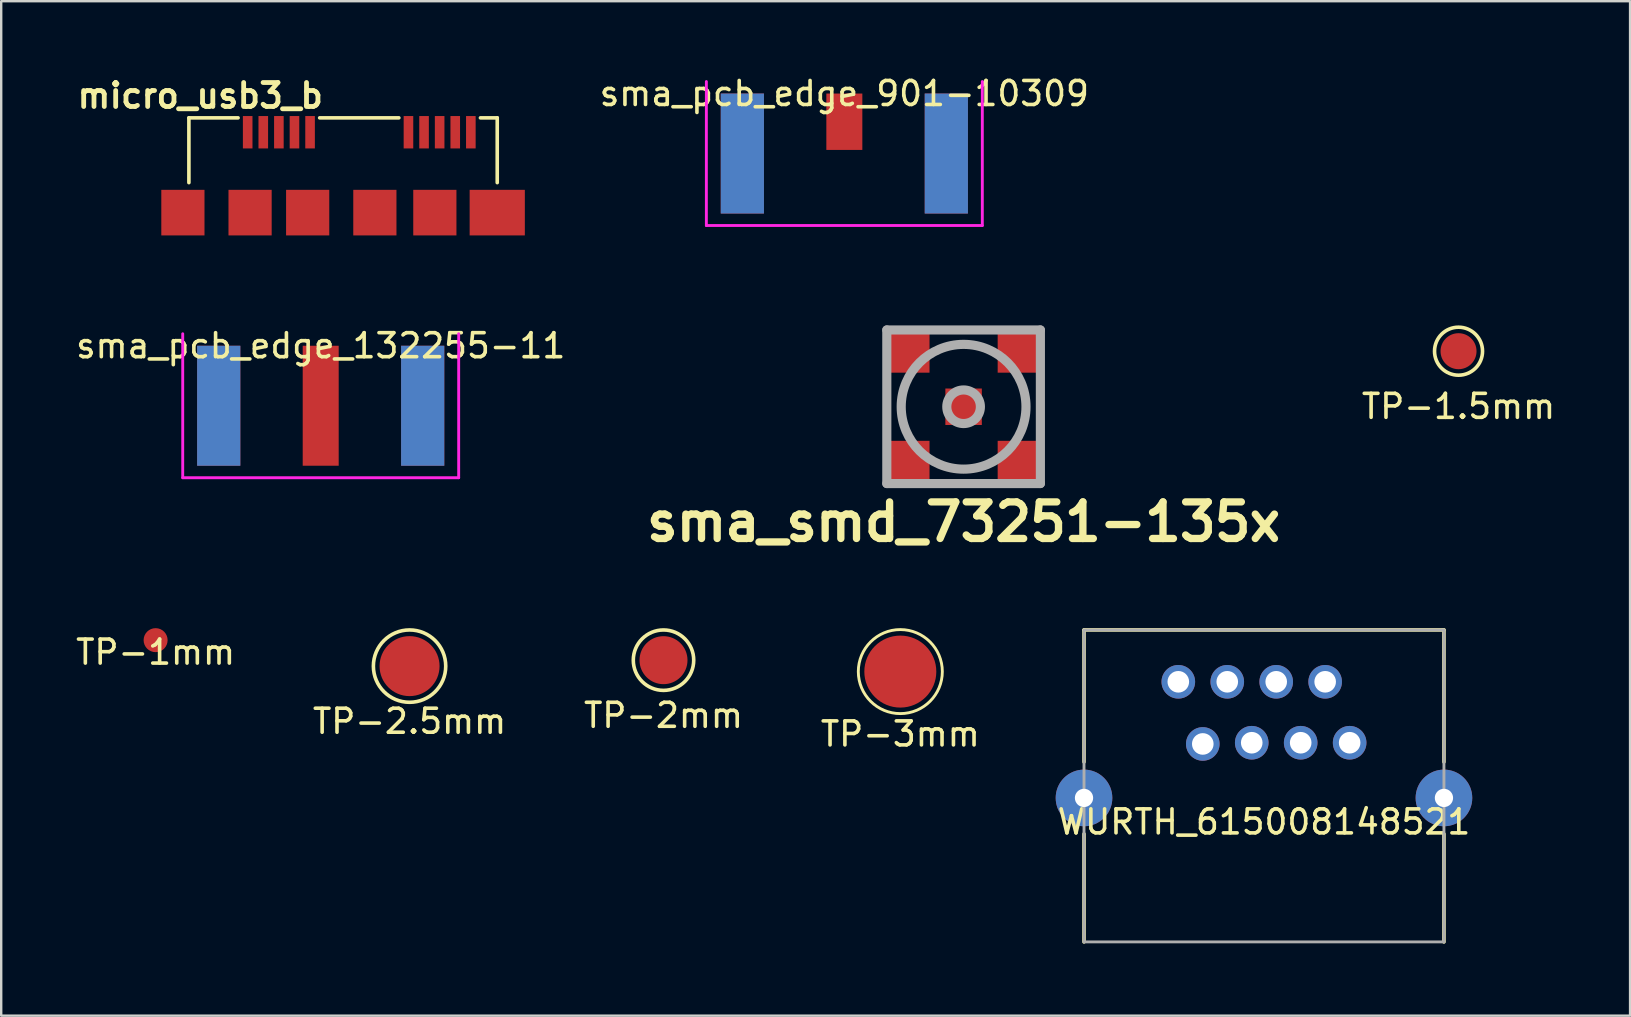
<source format=kicad_pcb>
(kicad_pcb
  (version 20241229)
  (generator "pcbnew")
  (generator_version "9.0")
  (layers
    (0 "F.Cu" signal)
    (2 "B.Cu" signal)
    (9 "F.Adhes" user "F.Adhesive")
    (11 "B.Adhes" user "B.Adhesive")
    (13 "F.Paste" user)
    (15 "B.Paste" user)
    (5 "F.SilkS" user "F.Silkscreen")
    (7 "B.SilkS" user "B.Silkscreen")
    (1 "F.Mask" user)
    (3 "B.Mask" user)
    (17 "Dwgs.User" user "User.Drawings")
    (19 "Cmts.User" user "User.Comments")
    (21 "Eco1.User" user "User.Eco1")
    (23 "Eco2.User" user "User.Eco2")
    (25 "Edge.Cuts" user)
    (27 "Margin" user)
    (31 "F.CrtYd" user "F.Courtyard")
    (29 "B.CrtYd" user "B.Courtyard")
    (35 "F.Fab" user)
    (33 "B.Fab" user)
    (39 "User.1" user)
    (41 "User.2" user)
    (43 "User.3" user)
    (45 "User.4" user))
  (footprint "sma_pcb_edge_132255-11"
    (layer "F.Cu")
    (at 10.315 10.859)
    (property "Reference" "sma_pcb_edge_132255-11" (at 0 0.5 0) (layer "F.SilkS") (effects (font (size 1 1) (thickness 0.15))))
    (attr through_hole)
    (fp_line (start -5.75 0) (end -5.75 6) (stroke (width 0.12) (type solid)) (layer "F.CrtYd"))
    (fp_line (start -5.75 6) (end 5.75 6) (stroke (width 0.12) (type solid)) (layer "F.CrtYd"))
    (fp_line (start 5.75 6) (end 5.75 0) (stroke (width 0.12) (type solid)) (layer "F.CrtYd"))
    (pad "1" smd rect (at 0 3) (size 1.5 5) (layers "F.Cu" "F.Mask" "F.Paste"))
    (pad "2" smd rect (at -4.25 3) (size 1.8 5) (layers "F.Cu" "F.Mask" "F.Paste"))
    (pad "2" smd rect (at -4.25 3) (size 1.8 5) (layers "F.Mask" "B.Cu" "F.Paste"))
    (pad "2" smd rect (at 4.25 3) (size 1.8 5) (layers "F.Cu" "F.Mask" "F.Paste"))
    (pad "2" smd rect (at 4.25 3) (size 1.8 5) (layers "F.Mask" "B.Cu" "F.Paste")))
  (footprint "sma_smd_73251-135x"
    (layer "F.Cu")
    (at 37.107 13.901)
    (property "Reference" "sma_smd_73251-135x" (at 0 4.8 0) (layer "F.SilkS") (effects (font (size 1.524 1.524) (thickness 0.305))))
    (attr through_hole)
    (fp_line (start -3.2 -3.2) (end -3.2 3.2) (stroke (width 0.381) (type solid)) (layer "F.Fab"))
    (fp_line (start -3.2 -3.2) (end 3.2 -3.2) (stroke (width 0.381) (type solid)) (layer "F.Fab"))
    (fp_line (start 3.2 -3.2) (end 3.2 3.2) (stroke (width 0.381) (type solid)) (layer "F.Fab"))
    (fp_line (start 3.2 3.2) (end -3.2 3.2) (stroke (width 0.381) (type solid)) (layer "F.Fab"))
    (fp_circle (center 0 0) (end 0.7 0) (stroke (width 0.381) (type solid)) (fill no) (layer "F.Fab"))
    (fp_circle (center 0 0) (end 2.6 0) (stroke (width 0.381) (type solid)) (fill no) (layer "F.Fab"))
    (pad "1" smd rect (at 0 0) (size 1.52 1.52) (layers "F.Cu" "F.Mask" "F.Paste"))
    (pad "2" smd rect (at -2.375 -2.375) (size 1.91 1.91) (layers "F.Cu" "F.Mask" "F.Paste"))
    (pad "2" smd rect (at -2.375 2.375) (size 1.91 1.91) (layers "F.Cu" "F.Mask" "F.Paste"))
    (pad "2" smd rect (at 2.375 -2.375) (size 1.91 1.91) (layers "F.Cu" "F.Mask" "F.Paste"))
    (pad "2" smd rect (at 2.375 2.375) (size 1.91 1.91) (layers "F.Cu" "F.Mask" "F.Paste")))
  (footprint "WURTH_615008148521"
    (layer "F.Cu")
    (at 49.625 30.203)
    (property "Reference" "WURTH_615008148521" (at 0 1 0) (layer "F.SilkS") (effects (font (size 1 1) (thickness 0.15))))
    (attr through_hole)
    (fp_line (start -7.5 -7) (end -7.5 -1.5) (stroke (width 0.15) (type solid)) (layer "F.SilkS"))
    (fp_line (start -7.5 1.5) (end -7.5 6) (stroke (width 0.15) (type solid)) (layer "F.SilkS"))
    (fp_line (start 7.5 -7) (end -7.5 -7) (stroke (width 0.15) (type solid)) (layer "F.SilkS"))
    (fp_line (start 7.5 -1.5) (end 7.5 -7) (stroke (width 0.15) (type solid)) (layer "F.SilkS"))
    (fp_line (start 7.5 1.5) (end 7.5 6) (stroke (width 0.15) (type solid)) (layer "F.SilkS"))
    (fp_line (start -7.5 -7) (end -7.5 6) (stroke (width 0.12) (type solid)) (layer "F.Fab"))
    (fp_line (start -7.5 6) (end 7.5 6) (stroke (width 0.12) (type solid)) (layer "F.Fab"))
    (fp_line (start 7.5 -7) (end -7.5 -7) (stroke (width 0.12) (type solid)) (layer "F.Fab"))
    (fp_line (start 7.5 6) (end 7.5 -7) (stroke (width 0.12) (type solid)) (layer "F.Fab"))
    (pad "" np_thru_hole circle (at -7.5 0) (size 2.36 2.36) (drill 0.762) (layers "*.Cu" "*.Mask"))
    (pad "" np_thru_hole circle (at 7.5 0) (size 2.36 2.36) (drill 0.762) (layers "*.Cu" "*.Mask"))
    (pad "1" thru_hole circle (at 3.57 -2.3) (size 1.4 1.4) (drill 0.9) (layers "*.Cu" "*.Mask"))
    (pad "2" thru_hole circle (at 2.55 -4.84) (size 1.4 1.4) (drill 0.9) (layers "*.Cu" "*.Mask"))
    (pad "3" thru_hole circle (at 1.53 -2.3) (size 1.4 1.4) (drill 0.9) (layers "*.Cu" "*.Mask"))
    (pad "4" thru_hole circle (at 0.51 -4.84) (size 1.4 1.4) (drill 0.9) (layers "*.Cu" "*.Mask"))
    (pad "5" thru_hole circle (at -0.51 -2.3) (size 1.4 1.4) (drill 0.9) (layers "*.Cu" "*.Mask"))
    (pad "6" thru_hole circle (at -1.53 -4.84) (size 1.4 1.4) (drill 0.9) (layers "*.Cu" "*.Mask"))
    (pad "7" thru_hole circle (at -2.55 -2.25) (size 1.4 1.4) (drill 0.9) (layers "*.Cu" "*.Mask"))
    (pad "8" thru_hole circle (at -3.57 -4.84) (size 1.4 1.4) (drill 0.9) (layers "*.Cu" "*.Mask")))
  (footprint "TP-1mm"
    (layer "F.Cu")
    (at 3.435 23.628)
    (property "Reference" "TP-1mm" (at 0 0.5 0) (layer "F.SilkS") (effects (font (size 1 1) (thickness 0.15))))
    (attr exclude_from_pos_files exclude_from_bom)
    (pad "1" smd circle (at 0 0) (size 1 1) (layers "F.Cu" "F.Mask" "F.Paste")))
  (footprint "sma_pcb_edge_901-10309"
    (layer "F.Cu")
    (at 32.137 0.348)
    (property "Reference" "sma_pcb_edge_901-10309" (at 0 0.5 0) (layer "F.SilkS") (effects (font (size 1 1) (thickness 0.15))))
    (attr through_hole)
    (fp_line (start -5.75 0) (end -5.75 6) (stroke (width 0.12) (type solid)) (layer "F.CrtYd"))
    (fp_line (start -5.75 6) (end 5.75 6) (stroke (width 0.12) (type solid)) (layer "F.CrtYd"))
    (fp_line (start 5.75 6) (end 5.75 0) (stroke (width 0.12) (type solid)) (layer "F.CrtYd"))
    (pad "1" smd rect (at 0 1.675) (size 1.5 2.35) (layers "F.Cu" "F.Mask" "F.Paste"))
    (pad "2" smd rect (at -4.25 3) (size 1.8 5) (layers "F.Cu" "F.Mask" "F.Paste"))
    (pad "2" smd rect (at -4.25 3) (size 1.8 5) (layers "F.Mask" "B.Cu" "F.Paste"))
    (pad "2" smd rect (at 4.25 3) (size 1.8 5) (layers "F.Cu" "F.Mask" "F.Paste"))
    (pad "2" smd rect (at 4.25 3) (size 1.8 5) (layers "F.Mask" "B.Cu" "F.Paste")))
  (footprint "TP-2.5mm"
    (layer "F.Cu")
    (at 14.018 24.71)
    (property "Reference" "TP-2.5mm" (at 0 2.3 0) (layer "F.SilkS") (effects (font (size 1 1) (thickness 0.15))))
    (attr through_hole)
    (fp_circle (center 0 0) (end 0.15 1.5) (stroke (width 0.15) (type solid)) (fill no) (layer "F.SilkS"))
    (pad "1" smd circle (at 0 0) (size 2.5 2.5) (layers "F.Cu" "F.Mask")))
  (footprint "TP-1.5mm"
    (layer "F.Cu")
    (at 57.733 11.586)
    (property "Reference" "TP-1.5mm" (at 0 2.3 0) (layer "F.SilkS") (effects (font (size 1 1) (thickness 0.15))))
    (attr exclude_from_pos_files exclude_from_bom)
    (fp_circle (center 0 0) (end 1 0) (stroke (width 0.15) (type solid)) (fill no) (layer "F.SilkS"))
    (pad "1" smd circle (at 0 0) (size 1.5 1.5) (layers "F.Cu" "F.Mask")))
  (footprint "micro_usb3_b"
    (layer "F.Cu")
    (at 8.572 7.261)
    (property "Reference" "micro_usb3_b" (at -3.277 -6.325 0) (layer "F.SilkS") (effects (font (size 1 1) (thickness 0.2))))
    (attr smd)
    (fp_line (start -3.75 -5.4) (end -3.75 -2.7) (stroke (width 0.15) (type solid)) (layer "F.SilkS"))
    (fp_line (start -1.7 -5.4) (end -3.75 -5.4) (stroke (width 0.15) (type solid)) (layer "F.SilkS"))
    (fp_line (start 5 -5.4) (end 1.7 -5.4) (stroke (width 0.15) (type solid)) (layer "F.SilkS"))
    (fp_line (start 9.1 -5.4) (end 8.4 -5.4) (stroke (width 0.15) (type solid)) (layer "F.SilkS"))
    (fp_line (start 9.1 -2.7) (end 9.1 -5.4) (stroke (width 0.15) (type solid)) (layer "F.SilkS"))
    (pad "1" smd rect (at -1.3 -4.8 180) (size 0.4 1.35) (layers "F.Cu" "F.Mask" "F.Paste"))
    (pad "2" smd rect (at -0.65 -4.8 180) (size 0.4 1.35) (layers "F.Cu" "F.Mask" "F.Paste"))
    (pad "3" smd rect (at 0 -4.8 180) (size 0.4 1.35) (layers "F.Cu" "F.Mask" "F.Paste"))
    (pad "4" smd rect (at 0.65 -4.8 180) (size 0.4 1.35) (layers "F.Cu" "F.Mask" "F.Paste"))
    (pad "5" smd rect (at 1.3 -4.8 180) (size 0.4 1.35) (layers "F.Cu" "F.Mask" "F.Paste"))
    (pad "6" smd rect (at 5.4 -4.8 180) (size 0.4 1.35) (layers "F.Cu" "F.Mask" "F.Paste"))
    (pad "7" smd rect (at 6.05 -4.8 180) (size 0.4 1.35) (layers "F.Cu" "F.Mask" "F.Paste"))
    (pad "8" smd rect (at 6.7 -4.8 180) (size 0.4 1.35) (layers "F.Cu" "F.Mask" "F.Paste"))
    (pad "9" smd rect (at 7.35 -4.8 180) (size 0.4 1.35) (layers "F.Cu" "F.Mask" "F.Paste"))
    (pad "10" smd rect (at 8 -4.8 180) (size 0.4 1.35) (layers "F.Cu" "F.Mask" "F.Paste"))
    (pad "11" smd rect (at -4 -1.45 180) (size 1.8 1.9) (layers "F.Cu" "F.Mask" "F.Paste"))
    (pad "12" smd rect (at -1.2 -1.45 180) (size 1.8 1.9) (layers "F.Cu" "F.Mask" "F.Paste"))
    (pad "13" smd rect (at 1.2 -1.45 180) (size 1.8 1.9) (layers "F.Cu" "F.Mask" "F.Paste"))
    (pad "14" smd rect (at 4 -1.45 180) (size 1.8 1.9) (layers "F.Cu" "F.Mask" "F.Paste"))
    (pad "15" smd rect (at 6.5 -1.45 180) (size 1.8 1.9) (layers "F.Cu" "F.Mask" "F.Paste"))
    (pad "16" smd rect (at 9.1 -1.45 180) (size 2.3 1.9) (layers "F.Cu" "F.Mask" "F.Paste")))
  (footprint "TP-3mm"
    (layer "F.Cu")
    (at 34.47 24.938)
    (property "Reference" "TP-3mm" (at 0 2.6 0) (layer "F.SilkS") (effects (font (size 1 1) (thickness 0.15))))
    (attr through_hole)
    (fp_circle (center 0 0) (end -0.05 1.75) (stroke (width 0.12) (type solid)) (fill no) (layer "F.SilkS"))
    (pad "1" smd circle (at 0 0) (size 3 3) (layers "F.Cu" "F.Mask")))
  (footprint "TP-2mm"
    (layer "F.Cu")
    (at 24.601 24.462)
    (property "Reference" "TP-2mm" (at 0 2.3 0) (layer "F.SilkS") (effects (font (size 1 1) (thickness 0.15))))
    (attr through_hole)
    (fp_circle (center 0 0) (end 0.15 1.25) (stroke (width 0.15) (type solid)) (fill no) (layer "F.SilkS"))
    (pad "1" smd circle (at 0 0) (size 2 2) (layers "F.Cu" "F.Mask")))
  (gr_rect
    (start -3 -3)
    (end 64.882 39.278)
    (stroke (width 0.1) (type default))
    (fill no)
    (layer "Edge.Cuts")))
</source>
